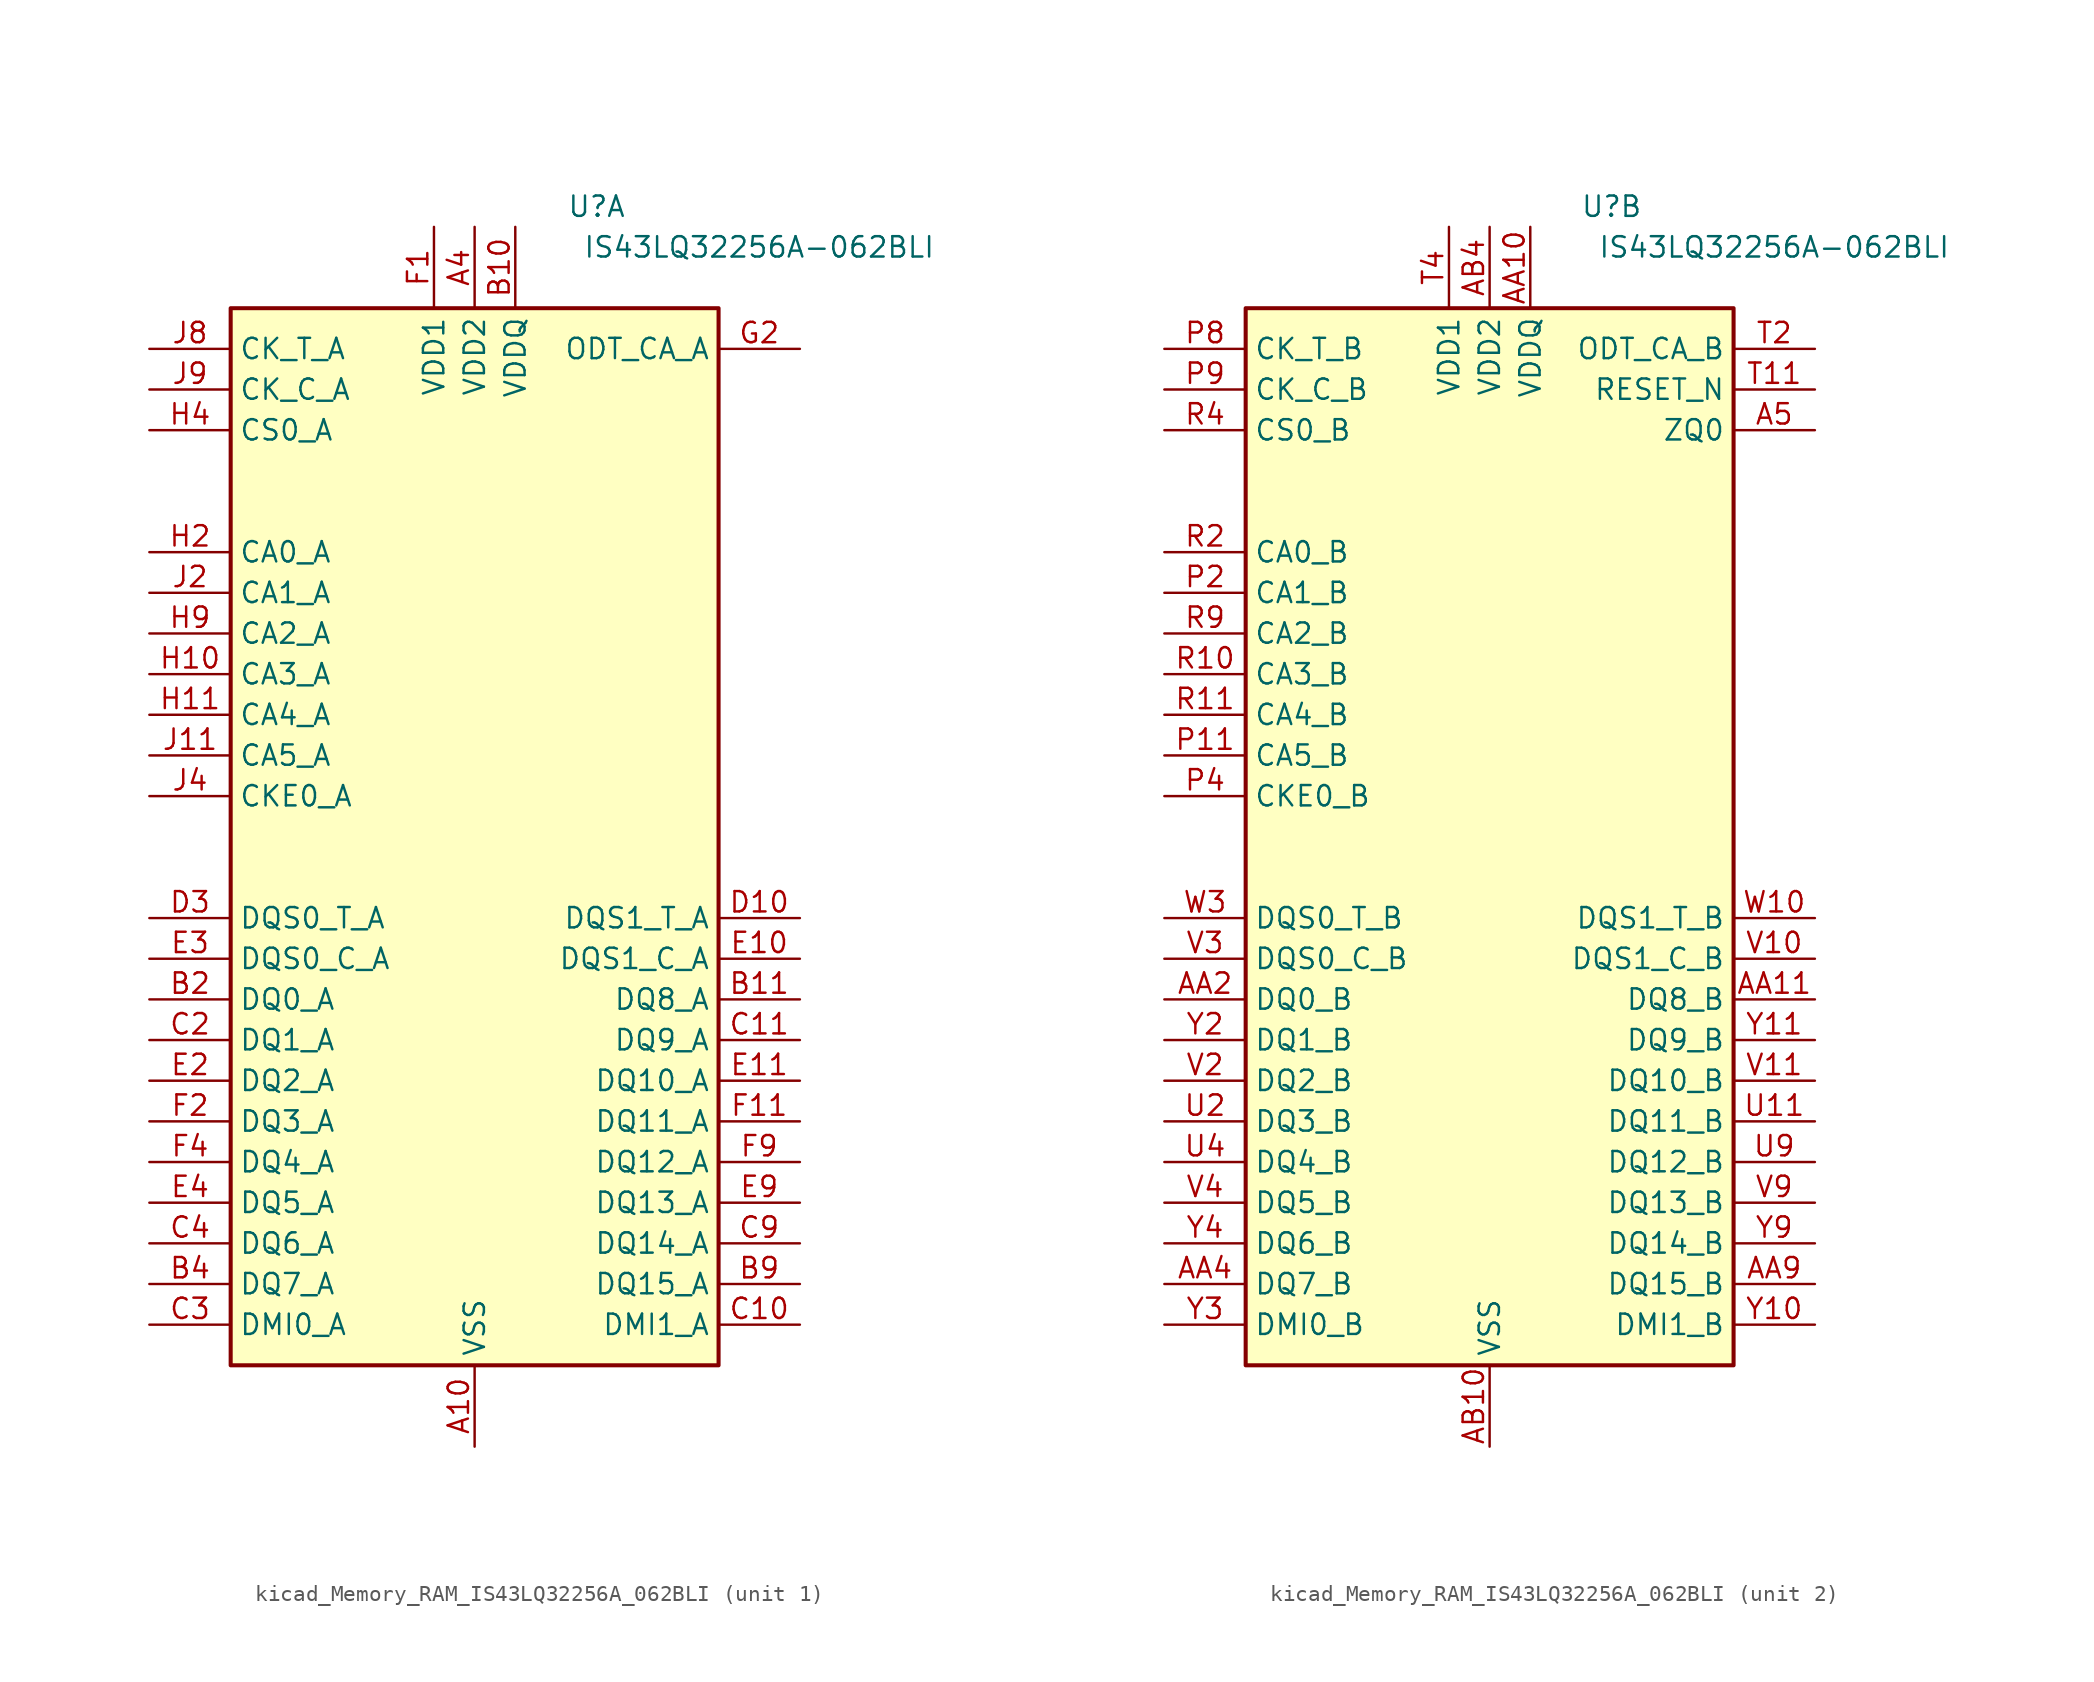
<source format=kicad_sym>
(kicad_symbol_lib
  (version 20220914)
  (generator kicad_symbol_editor)
  (symbol "kicad_Memory_RAM_IS43LQ32256A_062BLI"
    (property "Reference" "U"
      (at 7.62 39.37 0)
      (effects (font (size 1.27 1.27))))
    (property "Value" "IS43LQ32256A-062BLI"
      (at 17.78 36.83 0)
      (effects (font (size 1.27 1.27))))
    (property "ki_locked" ""
      (at 0 0 0)
      (effects (font (size 1.27 1.27))))
    (symbol "kicad_Memory_RAM_IS43LQ32256A_062BLI_1_0"
      (rectangle (start -15.24 -33.02) (end 15.24 33.02) (stroke (width 0.254) (type default)) (fill (type background))))
    (symbol "kicad_Memory_RAM_IS43LQ32256A_062BLI_1_1"
      (pin no_connect line (at 15.24 12.7 180) (length 5.08) hide (name "DNU" (effects (font (size 1.27 1.27)))) (number "A1" (effects (font (size 1.27 1.27)))))
      (pin power_in line (at 0 -38.1 90) (length 5.08) (name "VSS" (effects (font (size 1.27 1.27)))) (number "A10" (effects (font (size 1.27 1.27)))))
      (pin no_connect line (at 15.24 7.62 180) (length 5.08) hide (name "DNU" (effects (font (size 1.27 1.27)))) (number "A11" (effects (font (size 1.27 1.27)))))
      (pin no_connect line (at 15.24 5.08 180) (length 5.08) hide (name "DNU" (effects (font (size 1.27 1.27)))) (number "A12" (effects (font (size 1.27 1.27)))))
      (pin no_connect line (at 15.24 10.16 180) (length 5.08) hide (name "DNU" (effects (font (size 1.27 1.27)))) (number "A2" (effects (font (size 1.27 1.27)))))
      (pin passive line (at 0 -38.1 90) (length 5.08) hide (name "VSS" (effects (font (size 1.27 1.27)))) (number "A3" (effects (font (size 1.27 1.27)))))
      (pin power_in line (at 0 38.1 270) (length 5.08) (name "VDD2" (effects (font (size 1.27 1.27)))) (number "A4" (effects (font (size 1.27 1.27)))))
      (pin passive line (at 0 38.1 270) (length 5.08) hide (name "VDD2" (effects (font (size 1.27 1.27)))) (number "A9" (effects (font (size 1.27 1.27)))))
      (pin no_connect line (at 15.24 2.54 180) (length 5.08) hide (name "DNU" (effects (font (size 1.27 1.27)))) (number "B1" (effects (font (size 1.27 1.27)))))
      (pin power_in line (at 2.54 38.1 270) (length 5.08) (name "VDDQ" (effects (font (size 1.27 1.27)))) (number "B10" (effects (font (size 1.27 1.27)))))
      (pin bidirectional line (at 20.32 -10.16 180) (length 5.08) (name "DQ8_A" (effects (font (size 1.27 1.27)))) (number "B11" (effects (font (size 1.27 1.27)))))
      (pin no_connect line (at 15.24 0 180) (length 5.08) hide (name "DNU" (effects (font (size 1.27 1.27)))) (number "B12" (effects (font (size 1.27 1.27)))))
      (pin bidirectional line (at -20.32 -10.16 0) (length 5.08) (name "DQ0_A" (effects (font (size 1.27 1.27)))) (number "B2" (effects (font (size 1.27 1.27)))))
      (pin passive line (at 2.54 38.1 270) (length 5.08) hide (name "VDDQ" (effects (font (size 1.27 1.27)))) (number "B3" (effects (font (size 1.27 1.27)))))
      (pin bidirectional line (at -20.32 -27.94 0) (length 5.08) (name "DQ7_A" (effects (font (size 1.27 1.27)))) (number "B4" (effects (font (size 1.27 1.27)))))
      (pin passive line (at 2.54 38.1 270) (length 5.08) hide (name "VDDQ" (effects (font (size 1.27 1.27)))) (number "B5" (effects (font (size 1.27 1.27)))))
      (pin passive line (at 2.54 38.1 270) (length 5.08) hide (name "VDDQ" (effects (font (size 1.27 1.27)))) (number "B8" (effects (font (size 1.27 1.27)))))
      (pin bidirectional line (at 20.32 -27.94 180) (length 5.08) (name "DQ15_A" (effects (font (size 1.27 1.27)))) (number "B9" (effects (font (size 1.27 1.27)))))
      (pin passive line (at 0 -38.1 90) (length 5.08) hide (name "VSS" (effects (font (size 1.27 1.27)))) (number "C1" (effects (font (size 1.27 1.27)))))
      (pin bidirectional line (at 20.32 -30.48 180) (length 5.08) (name "DMI1_A" (effects (font (size 1.27 1.27)))) (number "C10" (effects (font (size 1.27 1.27)))))
      (pin bidirectional line (at 20.32 -12.7 180) (length 5.08) (name "DQ9_A" (effects (font (size 1.27 1.27)))) (number "C11" (effects (font (size 1.27 1.27)))))
      (pin passive line (at 0 -38.1 90) (length 5.08) hide (name "VSS" (effects (font (size 1.27 1.27)))) (number "C12" (effects (font (size 1.27 1.27)))))
      (pin bidirectional line (at -20.32 -12.7 0) (length 5.08) (name "DQ1_A" (effects (font (size 1.27 1.27)))) (number "C2" (effects (font (size 1.27 1.27)))))
      (pin bidirectional line (at -20.32 -30.48 0) (length 5.08) (name "DMI0_A" (effects (font (size 1.27 1.27)))) (number "C3" (effects (font (size 1.27 1.27)))))
      (pin bidirectional line (at -20.32 -25.4 0) (length 5.08) (name "DQ6_A" (effects (font (size 1.27 1.27)))) (number "C4" (effects (font (size 1.27 1.27)))))
      (pin passive line (at 0 -38.1 90) (length 5.08) hide (name "VSS" (effects (font (size 1.27 1.27)))) (number "C5" (effects (font (size 1.27 1.27)))))
      (pin passive line (at 0 -38.1 90) (length 5.08) hide (name "VSS" (effects (font (size 1.27 1.27)))) (number "C8" (effects (font (size 1.27 1.27)))))
      (pin bidirectional line (at 20.32 -25.4 180) (length 5.08) (name "DQ14_A" (effects (font (size 1.27 1.27)))) (number "C9" (effects (font (size 1.27 1.27)))))
      (pin passive line (at 2.54 38.1 270) (length 5.08) hide (name "VDDQ" (effects (font (size 1.27 1.27)))) (number "D1" (effects (font (size 1.27 1.27)))))
      (pin bidirectional line (at 20.32 -5.08 180) (length 5.08) (name "DQS1_T_A" (effects (font (size 1.27 1.27)))) (number "D10" (effects (font (size 1.27 1.27)))))
      (pin passive line (at 0 -38.1 90) (length 5.08) hide (name "VSS" (effects (font (size 1.27 1.27)))) (number "D11" (effects (font (size 1.27 1.27)))))
      (pin passive line (at 2.54 38.1 270) (length 5.08) hide (name "VDDQ" (effects (font (size 1.27 1.27)))) (number "D12" (effects (font (size 1.27 1.27)))))
      (pin passive line (at 0 -38.1 90) (length 5.08) hide (name "VSS" (effects (font (size 1.27 1.27)))) (number "D2" (effects (font (size 1.27 1.27)))))
      (pin bidirectional line (at -20.32 -5.08 0) (length 5.08) (name "DQS0_T_A" (effects (font (size 1.27 1.27)))) (number "D3" (effects (font (size 1.27 1.27)))))
      (pin passive line (at 0 -38.1 90) (length 5.08) hide (name "VSS" (effects (font (size 1.27 1.27)))) (number "D4" (effects (font (size 1.27 1.27)))))
      (pin passive line (at 2.54 38.1 270) (length 5.08) hide (name "VDDQ" (effects (font (size 1.27 1.27)))) (number "D5" (effects (font (size 1.27 1.27)))))
      (pin passive line (at 2.54 38.1 270) (length 5.08) hide (name "VDDQ" (effects (font (size 1.27 1.27)))) (number "D8" (effects (font (size 1.27 1.27)))))
      (pin passive line (at 0 -38.1 90) (length 5.08) hide (name "VSS" (effects (font (size 1.27 1.27)))) (number "D9" (effects (font (size 1.27 1.27)))))
      (pin passive line (at 0 -38.1 90) (length 5.08) hide (name "VSS" (effects (font (size 1.27 1.27)))) (number "E1" (effects (font (size 1.27 1.27)))))
      (pin bidirectional line (at 20.32 -7.62 180) (length 5.08) (name "DQS1_C_A" (effects (font (size 1.27 1.27)))) (number "E10" (effects (font (size 1.27 1.27)))))
      (pin bidirectional line (at 20.32 -15.24 180) (length 5.08) (name "DQ10_A" (effects (font (size 1.27 1.27)))) (number "E11" (effects (font (size 1.27 1.27)))))
      (pin passive line (at 0 -38.1 90) (length 5.08) hide (name "VSS" (effects (font (size 1.27 1.27)))) (number "E12" (effects (font (size 1.27 1.27)))))
      (pin bidirectional line (at -20.32 -15.24 0) (length 5.08) (name "DQ2_A" (effects (font (size 1.27 1.27)))) (number "E2" (effects (font (size 1.27 1.27)))))
      (pin bidirectional line (at -20.32 -7.62 0) (length 5.08) (name "DQS0_C_A" (effects (font (size 1.27 1.27)))) (number "E3" (effects (font (size 1.27 1.27)))))
      (pin bidirectional line (at -20.32 -22.86 0) (length 5.08) (name "DQ5_A" (effects (font (size 1.27 1.27)))) (number "E4" (effects (font (size 1.27 1.27)))))
      (pin passive line (at 0 -38.1 90) (length 5.08) hide (name "VSS" (effects (font (size 1.27 1.27)))) (number "E5" (effects (font (size 1.27 1.27)))))
      (pin passive line (at 0 -38.1 90) (length 5.08) hide (name "VSS" (effects (font (size 1.27 1.27)))) (number "E8" (effects (font (size 1.27 1.27)))))
      (pin bidirectional line (at 20.32 -22.86 180) (length 5.08) (name "DQ13_A" (effects (font (size 1.27 1.27)))) (number "E9" (effects (font (size 1.27 1.27)))))
      (pin power_in line (at -2.54 38.1 270) (length 5.08) (name "VDD1" (effects (font (size 1.27 1.27)))) (number "F1" (effects (font (size 1.27 1.27)))))
      (pin passive line (at 2.54 38.1 270) (length 5.08) hide (name "VDDQ" (effects (font (size 1.27 1.27)))) (number "F10" (effects (font (size 1.27 1.27)))))
      (pin bidirectional line (at 20.32 -17.78 180) (length 5.08) (name "DQ11_A" (effects (font (size 1.27 1.27)))) (number "F11" (effects (font (size 1.27 1.27)))))
      (pin passive line (at -2.54 38.1 270) (length 5.08) hide (name "VDD1" (effects (font (size 1.27 1.27)))) (number "F12" (effects (font (size 1.27 1.27)))))
      (pin bidirectional line (at -20.32 -17.78 0) (length 5.08) (name "DQ3_A" (effects (font (size 1.27 1.27)))) (number "F2" (effects (font (size 1.27 1.27)))))
      (pin passive line (at 2.54 38.1 270) (length 5.08) hide (name "VDDQ" (effects (font (size 1.27 1.27)))) (number "F3" (effects (font (size 1.27 1.27)))))
      (pin bidirectional line (at -20.32 -20.32 0) (length 5.08) (name "DQ4_A" (effects (font (size 1.27 1.27)))) (number "F4" (effects (font (size 1.27 1.27)))))
      (pin passive line (at 0 38.1 270) (length 5.08) hide (name "VDD2" (effects (font (size 1.27 1.27)))) (number "F5" (effects (font (size 1.27 1.27)))))
      (pin passive line (at 0 38.1 270) (length 5.08) hide (name "VDD2" (effects (font (size 1.27 1.27)))) (number "F8" (effects (font (size 1.27 1.27)))))
      (pin bidirectional line (at 20.32 -20.32 180) (length 5.08) (name "DQ12_A" (effects (font (size 1.27 1.27)))) (number "F9" (effects (font (size 1.27 1.27)))))
      (pin passive line (at 0 -38.1 90) (length 5.08) hide (name "VSS" (effects (font (size 1.27 1.27)))) (number "G1" (effects (font (size 1.27 1.27)))))
      (pin passive line (at 0 -38.1 90) (length 5.08) hide (name "VSS" (effects (font (size 1.27 1.27)))) (number "G10" (effects (font (size 1.27 1.27)))))
      (pin passive line (at 0 -38.1 90) (length 5.08) hide (name "VSS" (effects (font (size 1.27 1.27)))) (number "G12" (effects (font (size 1.27 1.27)))))
      (pin input line (at 20.32 30.48 180) (length 5.08) (name "ODT_CA_A" (effects (font (size 1.27 1.27)))) (number "G2" (effects (font (size 1.27 1.27)))))
      (pin passive line (at 0 -38.1 90) (length 5.08) hide (name "VSS" (effects (font (size 1.27 1.27)))) (number "G3" (effects (font (size 1.27 1.27)))))
      (pin passive line (at -2.54 38.1 270) (length 5.08) hide (name "VDD1" (effects (font (size 1.27 1.27)))) (number "G4" (effects (font (size 1.27 1.27)))))
      (pin passive line (at 0 -38.1 90) (length 5.08) hide (name "VSS" (effects (font (size 1.27 1.27)))) (number "G5" (effects (font (size 1.27 1.27)))))
      (pin passive line (at 0 -38.1 90) (length 5.08) hide (name "VSS" (effects (font (size 1.27 1.27)))) (number "G8" (effects (font (size 1.27 1.27)))))
      (pin passive line (at -2.54 38.1 270) (length 5.08) hide (name "VDD1" (effects (font (size 1.27 1.27)))) (number "G9" (effects (font (size 1.27 1.27)))))
      (pin passive line (at 0 38.1 270) (length 5.08) hide (name "VDD2" (effects (font (size 1.27 1.27)))) (number "H1" (effects (font (size 1.27 1.27)))))
      (pin input line (at -20.32 10.16 0) (length 5.08) (name "CA3_A" (effects (font (size 1.27 1.27)))) (number "H10" (effects (font (size 1.27 1.27)))))
      (pin input line (at -20.32 7.62 0) (length 5.08) (name "CA4_A" (effects (font (size 1.27 1.27)))) (number "H11" (effects (font (size 1.27 1.27)))))
      (pin passive line (at 0 38.1 270) (length 5.08) hide (name "VDD2" (effects (font (size 1.27 1.27)))) (number "H12" (effects (font (size 1.27 1.27)))))
      (pin input line (at -20.32 17.78 0) (length 5.08) (name "CA0_A" (effects (font (size 1.27 1.27)))) (number "H2" (effects (font (size 1.27 1.27)))))
      (pin no_connect line (at -15.24 22.86 0) (length 5.08) hide (name "NC" (effects (font (size 1.27 1.27)))) (number "H3" (effects (font (size 1.27 1.27)))))
      (pin input line (at -20.32 25.4 0) (length 5.08) (name "CS0_A" (effects (font (size 1.27 1.27)))) (number "H4" (effects (font (size 1.27 1.27)))))
      (pin passive line (at 0 38.1 270) (length 5.08) hide (name "VDD2" (effects (font (size 1.27 1.27)))) (number "H5" (effects (font (size 1.27 1.27)))))
      (pin passive line (at 0 38.1 270) (length 5.08) hide (name "VDD2" (effects (font (size 1.27 1.27)))) (number "H8" (effects (font (size 1.27 1.27)))))
      (pin input line (at -20.32 12.7 0) (length 5.08) (name "CA2_A" (effects (font (size 1.27 1.27)))) (number "H9" (effects (font (size 1.27 1.27)))))
      (pin passive line (at 0 -38.1 90) (length 5.08) hide (name "VSS" (effects (font (size 1.27 1.27)))) (number "J1" (effects (font (size 1.27 1.27)))))
      (pin passive line (at 0 -38.1 90) (length 5.08) hide (name "VSS" (effects (font (size 1.27 1.27)))) (number "J10" (effects (font (size 1.27 1.27)))))
      (pin input line (at -20.32 5.08 0) (length 5.08) (name "CA5_A" (effects (font (size 1.27 1.27)))) (number "J11" (effects (font (size 1.27 1.27)))))
      (pin passive line (at 0 -38.1 90) (length 5.08) hide (name "VSS" (effects (font (size 1.27 1.27)))) (number "J12" (effects (font (size 1.27 1.27)))))
      (pin input line (at -20.32 15.24 0) (length 5.08) (name "CA1_A" (effects (font (size 1.27 1.27)))) (number "J2" (effects (font (size 1.27 1.27)))))
      (pin passive line (at 0 -38.1 90) (length 5.08) hide (name "VSS" (effects (font (size 1.27 1.27)))) (number "J3" (effects (font (size 1.27 1.27)))))
      (pin input line (at -20.32 2.54 0) (length 5.08) (name "CKE0_A" (effects (font (size 1.27 1.27)))) (number "J4" (effects (font (size 1.27 1.27)))))
      (pin no_connect line (at -15.24 0 0) (length 5.08) hide (name "NC" (effects (font (size 1.27 1.27)))) (number "J5" (effects (font (size 1.27 1.27)))))
      (pin input line (at -20.32 30.48 0) (length 5.08) (name "CK_T_A" (effects (font (size 1.27 1.27)))) (number "J8" (effects (font (size 1.27 1.27)))))
      (pin input line (at -20.32 27.94 0) (length 5.08) (name "CK_C_A" (effects (font (size 1.27 1.27)))) (number "J9" (effects (font (size 1.27 1.27)))))
      (pin passive line (at 0 38.1 270) (length 5.08) hide (name "VDD2" (effects (font (size 1.27 1.27)))) (number "K1" (effects (font (size 1.27 1.27)))))
      (pin passive line (at 0 38.1 270) (length 5.08) hide (name "VDD2" (effects (font (size 1.27 1.27)))) (number "K10" (effects (font (size 1.27 1.27)))))
      (pin passive line (at 0 -38.1 90) (length 5.08) hide (name "VSS" (effects (font (size 1.27 1.27)))) (number "K11" (effects (font (size 1.27 1.27)))))
      (pin passive line (at 0 38.1 270) (length 5.08) hide (name "VDD2" (effects (font (size 1.27 1.27)))) (number "K12" (effects (font (size 1.27 1.27)))))
      (pin passive line (at 0 -38.1 90) (length 5.08) hide (name "VSS" (effects (font (size 1.27 1.27)))) (number "K2" (effects (font (size 1.27 1.27)))))
      (pin passive line (at 0 38.1 270) (length 5.08) hide (name "VDD2" (effects (font (size 1.27 1.27)))) (number "K3" (effects (font (size 1.27 1.27)))))
      (pin passive line (at 0 -38.1 90) (length 5.08) hide (name "VSS" (effects (font (size 1.27 1.27)))) (number "K4" (effects (font (size 1.27 1.27)))))
      (pin no_connect line (at -15.24 20.32 0) (length 5.08) hide (name "NC" (effects (font (size 1.27 1.27)))) (number "K5" (effects (font (size 1.27 1.27)))))
      (pin no_connect line (at -15.24 -2.54 0) (length 5.08) hide (name "NC" (effects (font (size 1.27 1.27)))) (number "K8" (effects (font (size 1.27 1.27)))))
      (pin passive line (at 0 -38.1 90) (length 5.08) hide (name "VSS" (effects (font (size 1.27 1.27)))) (number "K9" (effects (font (size 1.27 1.27))))))
    (symbol "kicad_Memory_RAM_IS43LQ32256A_062BLI_2_0"
      (rectangle (start -15.24 -33.02) (end 15.24 33.02) (stroke (width 0.254) (type default)) (fill (type background))))
    (symbol "kicad_Memory_RAM_IS43LQ32256A_062BLI_2_1"
      (pin input line (at 20.32 25.4 180) (length 5.08) (name "ZQ0" (effects (font (size 1.27 1.27)))) (number "A5" (effects (font (size 1.27 1.27)))))
      (pin no_connect line (at 15.24 22.86 180) (length 5.08) hide (name "NC" (effects (font (size 1.27 1.27)))) (number "A8" (effects (font (size 1.27 1.27)))))
      (pin no_connect line (at 15.24 12.7 180) (length 5.08) hide (name "DNU" (effects (font (size 1.27 1.27)))) (number "AA1" (effects (font (size 1.27 1.27)))))
      (pin power_in line (at 2.54 38.1 270) (length 5.08) (name "VDDQ" (effects (font (size 1.27 1.27)))) (number "AA10" (effects (font (size 1.27 1.27)))))
      (pin bidirectional line (at 20.32 -10.16 180) (length 5.08) (name "DQ8_B" (effects (font (size 1.27 1.27)))) (number "AA11" (effects (font (size 1.27 1.27)))))
      (pin no_connect line (at 15.24 10.16 180) (length 5.08) hide (name "DNU" (effects (font (size 1.27 1.27)))) (number "AA12" (effects (font (size 1.27 1.27)))))
      (pin bidirectional line (at -20.32 -10.16 0) (length 5.08) (name "DQ0_B" (effects (font (size 1.27 1.27)))) (number "AA2" (effects (font (size 1.27 1.27)))))
      (pin passive line (at 2.54 38.1 270) (length 5.08) hide (name "VDDQ" (effects (font (size 1.27 1.27)))) (number "AA3" (effects (font (size 1.27 1.27)))))
      (pin bidirectional line (at -20.32 -27.94 0) (length 5.08) (name "DQ7_B" (effects (font (size 1.27 1.27)))) (number "AA4" (effects (font (size 1.27 1.27)))))
      (pin passive line (at 2.54 38.1 270) (length 5.08) hide (name "VDDQ" (effects (font (size 1.27 1.27)))) (number "AA5" (effects (font (size 1.27 1.27)))))
      (pin passive line (at 2.54 38.1 270) (length 5.08) hide (name "VDDQ" (effects (font (size 1.27 1.27)))) (number "AA8" (effects (font (size 1.27 1.27)))))
      (pin bidirectional line (at 20.32 -27.94 180) (length 5.08) (name "DQ15_B" (effects (font (size 1.27 1.27)))) (number "AA9" (effects (font (size 1.27 1.27)))))
      (pin no_connect line (at 15.24 7.62 180) (length 5.08) hide (name "DNU" (effects (font (size 1.27 1.27)))) (number "AB1" (effects (font (size 1.27 1.27)))))
      (pin power_in line (at 0 -38.1 90) (length 5.08) (name "VSS" (effects (font (size 1.27 1.27)))) (number "AB10" (effects (font (size 1.27 1.27)))))
      (pin no_connect line (at 15.24 2.54 180) (length 5.08) hide (name "DNU" (effects (font (size 1.27 1.27)))) (number "AB11" (effects (font (size 1.27 1.27)))))
      (pin no_connect line (at 15.24 0 180) (length 5.08) hide (name "DNU" (effects (font (size 1.27 1.27)))) (number "AB12" (effects (font (size 1.27 1.27)))))
      (pin no_connect line (at 15.24 5.08 180) (length 5.08) hide (name "DNU" (effects (font (size 1.27 1.27)))) (number "AB2" (effects (font (size 1.27 1.27)))))
      (pin passive line (at 0 -38.1 90) (length 5.08) hide (name "VSS" (effects (font (size 1.27 1.27)))) (number "AB3" (effects (font (size 1.27 1.27)))))
      (pin power_in line (at 0 38.1 270) (length 5.08) (name "VDD2" (effects (font (size 1.27 1.27)))) (number "AB4" (effects (font (size 1.27 1.27)))))
      (pin passive line (at 0 -38.1 90) (length 5.08) hide (name "VSS" (effects (font (size 1.27 1.27)))) (number "AB5" (effects (font (size 1.27 1.27)))))
      (pin passive line (at 0 -38.1 90) (length 5.08) hide (name "VSS" (effects (font (size 1.27 1.27)))) (number "AB8" (effects (font (size 1.27 1.27)))))
      (pin passive line (at 0 38.1 270) (length 5.08) hide (name "VDD2" (effects (font (size 1.27 1.27)))) (number "AB9" (effects (font (size 1.27 1.27)))))
      (pin no_connect line (at 15.24 20.32 180) (length 5.08) hide (name "NC" (effects (font (size 1.27 1.27)))) (number "G11" (effects (font (size 1.27 1.27)))))
      (pin passive line (at 0 38.1 270) (length 5.08) hide (name "VDD2" (effects (font (size 1.27 1.27)))) (number "N1" (effects (font (size 1.27 1.27)))))
      (pin passive line (at 0 38.1 270) (length 5.08) hide (name "VDD2" (effects (font (size 1.27 1.27)))) (number "N10" (effects (font (size 1.27 1.27)))))
      (pin passive line (at 0 -38.1 90) (length 5.08) hide (name "VSS" (effects (font (size 1.27 1.27)))) (number "N11" (effects (font (size 1.27 1.27)))))
      (pin passive line (at 0 38.1 270) (length 5.08) hide (name "VDD2" (effects (font (size 1.27 1.27)))) (number "N12" (effects (font (size 1.27 1.27)))))
      (pin passive line (at 0 -38.1 90) (length 5.08) hide (name "VSS" (effects (font (size 1.27 1.27)))) (number "N2" (effects (font (size 1.27 1.27)))))
      (pin passive line (at 0 38.1 270) (length 5.08) hide (name "VDD2" (effects (font (size 1.27 1.27)))) (number "N3" (effects (font (size 1.27 1.27)))))
      (pin passive line (at 0 -38.1 90) (length 5.08) hide (name "VSS" (effects (font (size 1.27 1.27)))) (number "N4" (effects (font (size 1.27 1.27)))))
      (pin no_connect line (at -15.24 20.32 0) (length 5.08) hide (name "NC" (effects (font (size 1.27 1.27)))) (number "N5" (effects (font (size 1.27 1.27)))))
      (pin no_connect line (at -15.24 -2.54 0) (length 5.08) hide (name "NC" (effects (font (size 1.27 1.27)))) (number "N8" (effects (font (size 1.27 1.27)))))
      (pin passive line (at 0 -38.1 90) (length 5.08) hide (name "VSS" (effects (font (size 1.27 1.27)))) (number "N9" (effects (font (size 1.27 1.27)))))
      (pin passive line (at 0 -38.1 90) (length 5.08) hide (name "VSS" (effects (font (size 1.27 1.27)))) (number "P1" (effects (font (size 1.27 1.27)))))
      (pin passive line (at 0 -38.1 90) (length 5.08) hide (name "VSS" (effects (font (size 1.27 1.27)))) (number "P10" (effects (font (size 1.27 1.27)))))
      (pin input line (at -20.32 5.08 0) (length 5.08) (name "CA5_B" (effects (font (size 1.27 1.27)))) (number "P11" (effects (font (size 1.27 1.27)))))
      (pin passive line (at 0 -38.1 90) (length 5.08) hide (name "VSS" (effects (font (size 1.27 1.27)))) (number "P12" (effects (font (size 1.27 1.27)))))
      (pin input line (at -20.32 15.24 0) (length 5.08) (name "CA1_B" (effects (font (size 1.27 1.27)))) (number "P2" (effects (font (size 1.27 1.27)))))
      (pin passive line (at 0 -38.1 90) (length 5.08) hide (name "VSS" (effects (font (size 1.27 1.27)))) (number "P3" (effects (font (size 1.27 1.27)))))
      (pin input line (at -20.32 2.54 0) (length 5.08) (name "CKE0_B" (effects (font (size 1.27 1.27)))) (number "P4" (effects (font (size 1.27 1.27)))))
      (pin no_connect line (at -15.24 0 0) (length 5.08) hide (name "NC" (effects (font (size 1.27 1.27)))) (number "P5" (effects (font (size 1.27 1.27)))))
      (pin input line (at -20.32 30.48 0) (length 5.08) (name "CK_T_B" (effects (font (size 1.27 1.27)))) (number "P8" (effects (font (size 1.27 1.27)))))
      (pin input line (at -20.32 27.94 0) (length 5.08) (name "CK_C_B" (effects (font (size 1.27 1.27)))) (number "P9" (effects (font (size 1.27 1.27)))))
      (pin passive line (at 0 38.1 270) (length 5.08) hide (name "VDD2" (effects (font (size 1.27 1.27)))) (number "R1" (effects (font (size 1.27 1.27)))))
      (pin input line (at -20.32 10.16 0) (length 5.08) (name "CA3_B" (effects (font (size 1.27 1.27)))) (number "R10" (effects (font (size 1.27 1.27)))))
      (pin input line (at -20.32 7.62 0) (length 5.08) (name "CA4_B" (effects (font (size 1.27 1.27)))) (number "R11" (effects (font (size 1.27 1.27)))))
      (pin passive line (at 0 38.1 270) (length 5.08) hide (name "VDD2" (effects (font (size 1.27 1.27)))) (number "R12" (effects (font (size 1.27 1.27)))))
      (pin input line (at -20.32 17.78 0) (length 5.08) (name "CA0_B" (effects (font (size 1.27 1.27)))) (number "R2" (effects (font (size 1.27 1.27)))))
      (pin no_connect line (at -15.24 22.86 0) (length 5.08) hide (name "NC" (effects (font (size 1.27 1.27)))) (number "R3" (effects (font (size 1.27 1.27)))))
      (pin input line (at -20.32 25.4 0) (length 5.08) (name "CS0_B" (effects (font (size 1.27 1.27)))) (number "R4" (effects (font (size 1.27 1.27)))))
      (pin passive line (at 0 38.1 270) (length 5.08) hide (name "VDD2" (effects (font (size 1.27 1.27)))) (number "R5" (effects (font (size 1.27 1.27)))))
      (pin passive line (at 0 38.1 270) (length 5.08) hide (name "VDD2" (effects (font (size 1.27 1.27)))) (number "R8" (effects (font (size 1.27 1.27)))))
      (pin input line (at -20.32 12.7 0) (length 5.08) (name "CA2_B" (effects (font (size 1.27 1.27)))) (number "R9" (effects (font (size 1.27 1.27)))))
      (pin passive line (at 0 -38.1 90) (length 5.08) hide (name "VSS" (effects (font (size 1.27 1.27)))) (number "T1" (effects (font (size 1.27 1.27)))))
      (pin passive line (at 0 -38.1 90) (length 5.08) hide (name "VSS" (effects (font (size 1.27 1.27)))) (number "T10" (effects (font (size 1.27 1.27)))))
      (pin input line (at 20.32 27.94 180) (length 5.08) (name "RESET_N" (effects (font (size 1.27 1.27)))) (number "T11" (effects (font (size 1.27 1.27)))))
      (pin passive line (at 0 -38.1 90) (length 5.08) hide (name "VSS" (effects (font (size 1.27 1.27)))) (number "T12" (effects (font (size 1.27 1.27)))))
      (pin input line (at 20.32 30.48 180) (length 5.08) (name "ODT_CA_B" (effects (font (size 1.27 1.27)))) (number "T2" (effects (font (size 1.27 1.27)))))
      (pin passive line (at 0 -38.1 90) (length 5.08) hide (name "VSS" (effects (font (size 1.27 1.27)))) (number "T3" (effects (font (size 1.27 1.27)))))
      (pin power_in line (at -2.54 38.1 270) (length 5.08) (name "VDD1" (effects (font (size 1.27 1.27)))) (number "T4" (effects (font (size 1.27 1.27)))))
      (pin passive line (at 0 -38.1 90) (length 5.08) hide (name "VSS" (effects (font (size 1.27 1.27)))) (number "T5" (effects (font (size 1.27 1.27)))))
      (pin passive line (at 0 -38.1 90) (length 5.08) hide (name "VSS" (effects (font (size 1.27 1.27)))) (number "T8" (effects (font (size 1.27 1.27)))))
      (pin passive line (at -2.54 38.1 270) (length 5.08) hide (name "VDD1" (effects (font (size 1.27 1.27)))) (number "T9" (effects (font (size 1.27 1.27)))))
      (pin passive line (at -2.54 38.1 270) (length 5.08) hide (name "VDD1" (effects (font (size 1.27 1.27)))) (number "U1" (effects (font (size 1.27 1.27)))))
      (pin passive line (at 2.54 38.1 270) (length 5.08) hide (name "VDDQ" (effects (font (size 1.27 1.27)))) (number "U10" (effects (font (size 1.27 1.27)))))
      (pin bidirectional line (at 20.32 -17.78 180) (length 5.08) (name "DQ11_B" (effects (font (size 1.27 1.27)))) (number "U11" (effects (font (size 1.27 1.27)))))
      (pin passive line (at -2.54 38.1 270) (length 5.08) hide (name "VDD1" (effects (font (size 1.27 1.27)))) (number "U12" (effects (font (size 1.27 1.27)))))
      (pin bidirectional line (at -20.32 -17.78 0) (length 5.08) (name "DQ3_B" (effects (font (size 1.27 1.27)))) (number "U2" (effects (font (size 1.27 1.27)))))
      (pin passive line (at 2.54 38.1 270) (length 5.08) hide (name "VDDQ" (effects (font (size 1.27 1.27)))) (number "U3" (effects (font (size 1.27 1.27)))))
      (pin bidirectional line (at -20.32 -20.32 0) (length 5.08) (name "DQ4_B" (effects (font (size 1.27 1.27)))) (number "U4" (effects (font (size 1.27 1.27)))))
      (pin passive line (at 0 38.1 270) (length 5.08) hide (name "VDD2" (effects (font (size 1.27 1.27)))) (number "U5" (effects (font (size 1.27 1.27)))))
      (pin passive line (at 0 38.1 270) (length 5.08) hide (name "VDD2" (effects (font (size 1.27 1.27)))) (number "U8" (effects (font (size 1.27 1.27)))))
      (pin bidirectional line (at 20.32 -20.32 180) (length 5.08) (name "DQ12_B" (effects (font (size 1.27 1.27)))) (number "U9" (effects (font (size 1.27 1.27)))))
      (pin passive line (at 0 -38.1 90) (length 5.08) hide (name "VSS" (effects (font (size 1.27 1.27)))) (number "V1" (effects (font (size 1.27 1.27)))))
      (pin bidirectional line (at 20.32 -7.62 180) (length 5.08) (name "DQS1_C_B" (effects (font (size 1.27 1.27)))) (number "V10" (effects (font (size 1.27 1.27)))))
      (pin bidirectional line (at 20.32 -15.24 180) (length 5.08) (name "DQ10_B" (effects (font (size 1.27 1.27)))) (number "V11" (effects (font (size 1.27 1.27)))))
      (pin passive line (at 0 -38.1 90) (length 5.08) hide (name "VSS" (effects (font (size 1.27 1.27)))) (number "V12" (effects (font (size 1.27 1.27)))))
      (pin bidirectional line (at -20.32 -15.24 0) (length 5.08) (name "DQ2_B" (effects (font (size 1.27 1.27)))) (number "V2" (effects (font (size 1.27 1.27)))))
      (pin bidirectional line (at -20.32 -7.62 0) (length 5.08) (name "DQS0_C_B" (effects (font (size 1.27 1.27)))) (number "V3" (effects (font (size 1.27 1.27)))))
      (pin bidirectional line (at -20.32 -22.86 0) (length 5.08) (name "DQ5_B" (effects (font (size 1.27 1.27)))) (number "V4" (effects (font (size 1.27 1.27)))))
      (pin passive line (at 0 -38.1 90) (length 5.08) hide (name "VSS" (effects (font (size 1.27 1.27)))) (number "V5" (effects (font (size 1.27 1.27)))))
      (pin passive line (at 0 -38.1 90) (length 5.08) hide (name "VSS" (effects (font (size 1.27 1.27)))) (number "V8" (effects (font (size 1.27 1.27)))))
      (pin bidirectional line (at 20.32 -22.86 180) (length 5.08) (name "DQ13_B" (effects (font (size 1.27 1.27)))) (number "V9" (effects (font (size 1.27 1.27)))))
      (pin passive line (at 2.54 38.1 270) (length 5.08) hide (name "VDDQ" (effects (font (size 1.27 1.27)))) (number "W1" (effects (font (size 1.27 1.27)))))
      (pin bidirectional line (at 20.32 -5.08 180) (length 5.08) (name "DQS1_T_B" (effects (font (size 1.27 1.27)))) (number "W10" (effects (font (size 1.27 1.27)))))
      (pin passive line (at 0 -38.1 90) (length 5.08) hide (name "VSS" (effects (font (size 1.27 1.27)))) (number "W11" (effects (font (size 1.27 1.27)))))
      (pin passive line (at 2.54 38.1 270) (length 5.08) hide (name "VDDQ" (effects (font (size 1.27 1.27)))) (number "W12" (effects (font (size 1.27 1.27)))))
      (pin passive line (at 0 -38.1 90) (length 5.08) hide (name "VSS" (effects (font (size 1.27 1.27)))) (number "W2" (effects (font (size 1.27 1.27)))))
      (pin bidirectional line (at -20.32 -5.08 0) (length 5.08) (name "DQS0_T_B" (effects (font (size 1.27 1.27)))) (number "W3" (effects (font (size 1.27 1.27)))))
      (pin passive line (at 0 -38.1 90) (length 5.08) hide (name "VSS" (effects (font (size 1.27 1.27)))) (number "W4" (effects (font (size 1.27 1.27)))))
      (pin passive line (at 2.54 38.1 270) (length 5.08) hide (name "VDDQ" (effects (font (size 1.27 1.27)))) (number "W5" (effects (font (size 1.27 1.27)))))
      (pin passive line (at 2.54 38.1 270) (length 5.08) hide (name "VDDQ" (effects (font (size 1.27 1.27)))) (number "W8" (effects (font (size 1.27 1.27)))))
      (pin passive line (at 0 -38.1 90) (length 5.08) hide (name "VSS" (effects (font (size 1.27 1.27)))) (number "W9" (effects (font (size 1.27 1.27)))))
      (pin passive line (at 0 -38.1 90) (length 5.08) hide (name "VSS" (effects (font (size 1.27 1.27)))) (number "Y1" (effects (font (size 1.27 1.27)))))
      (pin bidirectional line (at 20.32 -30.48 180) (length 5.08) (name "DMI1_B" (effects (font (size 1.27 1.27)))) (number "Y10" (effects (font (size 1.27 1.27)))))
      (pin bidirectional line (at 20.32 -12.7 180) (length 5.08) (name "DQ9_B" (effects (font (size 1.27 1.27)))) (number "Y11" (effects (font (size 1.27 1.27)))))
      (pin passive line (at 0 -38.1 90) (length 5.08) hide (name "VSS" (effects (font (size 1.27 1.27)))) (number "Y12" (effects (font (size 1.27 1.27)))))
      (pin bidirectional line (at -20.32 -12.7 0) (length 5.08) (name "DQ1_B" (effects (font (size 1.27 1.27)))) (number "Y2" (effects (font (size 1.27 1.27)))))
      (pin bidirectional line (at -20.32 -30.48 0) (length 5.08) (name "DMI0_B" (effects (font (size 1.27 1.27)))) (number "Y3" (effects (font (size 1.27 1.27)))))
      (pin bidirectional line (at -20.32 -25.4 0) (length 5.08) (name "DQ6_B" (effects (font (size 1.27 1.27)))) (number "Y4" (effects (font (size 1.27 1.27)))))
      (pin passive line (at 0 -38.1 90) (length 5.08) hide (name "VSS" (effects (font (size 1.27 1.27)))) (number "Y5" (effects (font (size 1.27 1.27)))))
      (pin passive line (at 0 -38.1 90) (length 5.08) hide (name "VSS" (effects (font (size 1.27 1.27)))) (number "Y8" (effects (font (size 1.27 1.27)))))
      (pin bidirectional line (at 20.32 -25.4 180) (length 5.08) (name "DQ14_B" (effects (font (size 1.27 1.27)))) (number "Y9" (effects (font (size 1.27 1.27))))))))
</source>
